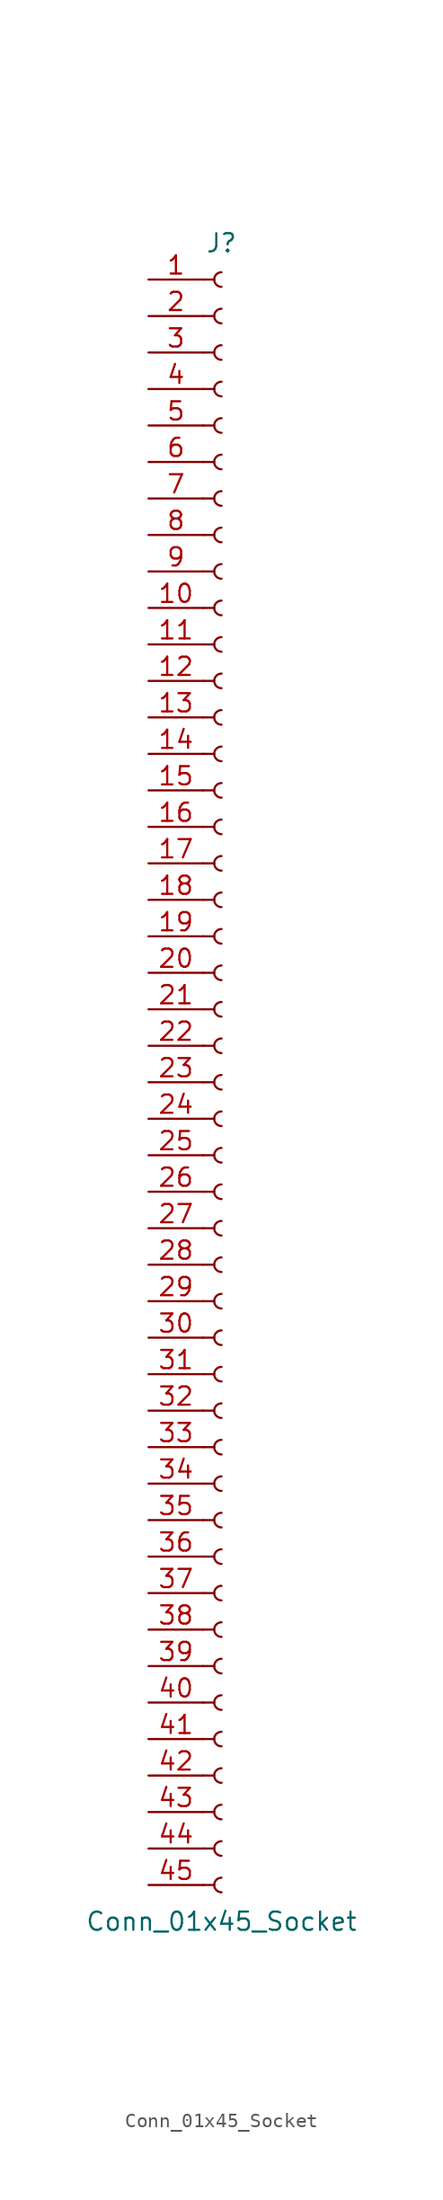
<source format=kicad_sym>
(kicad_symbol_lib
  (version 20220914)
  (generator kicad_symbol_editor)
  (symbol "Conn_01x45_Socket"
    (pin_names
      (offset 1.016) hide)
    (property "Reference" "J"
      (at 0 58.42 0)
      (effects (font (size 1.27 1.27))))
    (property "Value" "Conn_01x45_Socket"
      (at 0 -58.42 0)
      (effects (font (size 1.27 1.27))))
    (property "ki_locked" ""
      (at 0 0 0)
      (effects (font (size 1.27 1.27))))
    (symbol "Conn_01x45_Socket_1_1"
      (arc (start 0 -55.372) (mid -0.5058 -55.88) (end 0 -56.388) (stroke (width 0.1524) (type default)) (fill (type none)))
      (arc (start 0 -52.832) (mid -0.5058 -53.34) (end 0 -53.848) (stroke (width 0.1524) (type default)) (fill (type none)))
      (arc (start 0 -50.292) (mid -0.5058 -50.8) (end 0 -51.308) (stroke (width 0.1524) (type default)) (fill (type none)))
      (arc (start 0 -47.752) (mid -0.5058 -48.26) (end 0 -48.768) (stroke (width 0.1524) (type default)) (fill (type none)))
      (arc (start 0 -45.212) (mid -0.5058 -45.72) (end 0 -46.228) (stroke (width 0.1524) (type default)) (fill (type none)))
      (arc (start 0 -42.672) (mid -0.5058 -43.18) (end 0 -43.688) (stroke (width 0.1524) (type default)) (fill (type none)))
      (arc (start 0 -40.132) (mid -0.5058 -40.64) (end 0 -41.148) (stroke (width 0.1524) (type default)) (fill (type none)))
      (arc (start 0 -37.592) (mid -0.5058 -38.1) (end 0 -38.608) (stroke (width 0.1524) (type default)) (fill (type none)))
      (arc (start 0 -35.052) (mid -0.5058 -35.56) (end 0 -36.068) (stroke (width 0.1524) (type default)) (fill (type none)))
      (arc (start 0 -32.512) (mid -0.5058 -33.02) (end 0 -33.528) (stroke (width 0.1524) (type default)) (fill (type none)))
      (arc (start 0 -29.972) (mid -0.5058 -30.48) (end 0 -30.988) (stroke (width 0.1524) (type default)) (fill (type none)))
      (arc (start 0 -27.432) (mid -0.5058 -27.94) (end 0 -28.448) (stroke (width 0.1524) (type default)) (fill (type none)))
      (arc (start 0 -24.892) (mid -0.5058 -25.4) (end 0 -25.908) (stroke (width 0.1524) (type default)) (fill (type none)))
      (arc (start 0 -22.352) (mid -0.5058 -22.86) (end 0 -23.368) (stroke (width 0.1524) (type default)) (fill (type none)))
      (arc (start 0 -19.812) (mid -0.5058 -20.32) (end 0 -20.828) (stroke (width 0.1524) (type default)) (fill (type none)))
      (arc (start 0 -17.272) (mid -0.5058 -17.78) (end 0 -18.288) (stroke (width 0.1524) (type default)) (fill (type none)))
      (arc (start 0 -14.732) (mid -0.5058 -15.24) (end 0 -15.748) (stroke (width 0.1524) (type default)) (fill (type none)))
      (arc (start 0 -12.192) (mid -0.5058 -12.7) (end 0 -13.208) (stroke (width 0.1524) (type default)) (fill (type none)))
      (arc (start 0 -9.652) (mid -0.5058 -10.16) (end 0 -10.668) (stroke (width 0.1524) (type default)) (fill (type none)))
      (arc (start 0 -7.112) (mid -0.5058 -7.62) (end 0 -8.128) (stroke (width 0.1524) (type default)) (fill (type none)))
      (arc (start 0 -4.572) (mid -0.5058 -5.08) (end 0 -5.588) (stroke (width 0.1524) (type default)) (fill (type none)))
      (arc (start 0 -2.032) (mid -0.5058 -2.54) (end 0 -3.048) (stroke (width 0.1524) (type default)) (fill (type none)))
      (polyline (pts (xy -1.27 -55.88) (xy -0.508 -55.88)) (stroke (width 0.152) (type default)) (fill (type none)))
      (polyline (pts (xy -1.27 -53.34) (xy -0.508 -53.34)) (stroke (width 0.152) (type default)) (fill (type none)))
      (polyline (pts (xy -1.27 -50.8) (xy -0.508 -50.8)) (stroke (width 0.152) (type default)) (fill (type none)))
      (polyline (pts (xy -1.27 -48.26) (xy -0.508 -48.26)) (stroke (width 0.152) (type default)) (fill (type none)))
      (polyline (pts (xy -1.27 -45.72) (xy -0.508 -45.72)) (stroke (width 0.152) (type default)) (fill (type none)))
      (polyline (pts (xy -1.27 -43.18) (xy -0.508 -43.18)) (stroke (width 0.152) (type default)) (fill (type none)))
      (polyline (pts (xy -1.27 -40.64) (xy -0.508 -40.64)) (stroke (width 0.152) (type default)) (fill (type none)))
      (polyline (pts (xy -1.27 -38.1) (xy -0.508 -38.1)) (stroke (width 0.152) (type default)) (fill (type none)))
      (polyline (pts (xy -1.27 -35.56) (xy -0.508 -35.56)) (stroke (width 0.152) (type default)) (fill (type none)))
      (polyline (pts (xy -1.27 -33.02) (xy -0.508 -33.02)) (stroke (width 0.152) (type default)) (fill (type none)))
      (polyline (pts (xy -1.27 -30.48) (xy -0.508 -30.48)) (stroke (width 0.152) (type default)) (fill (type none)))
      (polyline (pts (xy -1.27 -27.94) (xy -0.508 -27.94)) (stroke (width 0.152) (type default)) (fill (type none)))
      (polyline (pts (xy -1.27 -25.4) (xy -0.508 -25.4)) (stroke (width 0.152) (type default)) (fill (type none)))
      (polyline (pts (xy -1.27 -22.86) (xy -0.508 -22.86)) (stroke (width 0.152) (type default)) (fill (type none)))
      (polyline (pts (xy -1.27 -20.32) (xy -0.508 -20.32)) (stroke (width 0.152) (type default)) (fill (type none)))
      (polyline (pts (xy -1.27 -17.78) (xy -0.508 -17.78)) (stroke (width 0.152) (type default)) (fill (type none)))
      (polyline (pts (xy -1.27 -15.24) (xy -0.508 -15.24)) (stroke (width 0.152) (type default)) (fill (type none)))
      (polyline (pts (xy -1.27 -12.7) (xy -0.508 -12.7)) (stroke (width 0.152) (type default)) (fill (type none)))
      (polyline (pts (xy -1.27 -10.16) (xy -0.508 -10.16)) (stroke (width 0.152) (type default)) (fill (type none)))
      (polyline (pts (xy -1.27 -7.62) (xy -0.508 -7.62)) (stroke (width 0.152) (type default)) (fill (type none)))
      (polyline (pts (xy -1.27 -5.08) (xy -0.508 -5.08)) (stroke (width 0.152) (type default)) (fill (type none)))
      (polyline (pts (xy -1.27 -2.54) (xy -0.508 -2.54)) (stroke (width 0.152) (type default)) (fill (type none)))
      (polyline (pts (xy -1.27 0) (xy -0.508 0)) (stroke (width 0.152) (type default)) (fill (type none)))
      (polyline (pts (xy -1.27 2.54) (xy -0.508 2.54)) (stroke (width 0.152) (type default)) (fill (type none)))
      (polyline (pts (xy -1.27 5.08) (xy -0.508 5.08)) (stroke (width 0.152) (type default)) (fill (type none)))
      (polyline (pts (xy -1.27 7.62) (xy -0.508 7.62)) (stroke (width 0.152) (type default)) (fill (type none)))
      (polyline (pts (xy -1.27 10.16) (xy -0.508 10.16)) (stroke (width 0.152) (type default)) (fill (type none)))
      (polyline (pts (xy -1.27 12.7) (xy -0.508 12.7)) (stroke (width 0.152) (type default)) (fill (type none)))
      (polyline (pts (xy -1.27 15.24) (xy -0.508 15.24)) (stroke (width 0.152) (type default)) (fill (type none)))
      (polyline (pts (xy -1.27 17.78) (xy -0.508 17.78)) (stroke (width 0.152) (type default)) (fill (type none)))
      (polyline (pts (xy -1.27 20.32) (xy -0.508 20.32)) (stroke (width 0.152) (type default)) (fill (type none)))
      (polyline (pts (xy -1.27 22.86) (xy -0.508 22.86)) (stroke (width 0.152) (type default)) (fill (type none)))
      (polyline (pts (xy -1.27 25.4) (xy -0.508 25.4)) (stroke (width 0.152) (type default)) (fill (type none)))
      (polyline (pts (xy -1.27 27.94) (xy -0.508 27.94)) (stroke (width 0.152) (type default)) (fill (type none)))
      (polyline (pts (xy -1.27 30.48) (xy -0.508 30.48)) (stroke (width 0.152) (type default)) (fill (type none)))
      (polyline (pts (xy -1.27 33.02) (xy -0.508 33.02)) (stroke (width 0.152) (type default)) (fill (type none)))
      (polyline (pts (xy -1.27 35.56) (xy -0.508 35.56)) (stroke (width 0.152) (type default)) (fill (type none)))
      (polyline (pts (xy -1.27 38.1) (xy -0.508 38.1)) (stroke (width 0.152) (type default)) (fill (type none)))
      (polyline (pts (xy -1.27 40.64) (xy -0.508 40.64)) (stroke (width 0.152) (type default)) (fill (type none)))
      (polyline (pts (xy -1.27 43.18) (xy -0.508 43.18)) (stroke (width 0.152) (type default)) (fill (type none)))
      (polyline (pts (xy -1.27 45.72) (xy -0.508 45.72)) (stroke (width 0.152) (type default)) (fill (type none)))
      (polyline (pts (xy -1.27 48.26) (xy -0.508 48.26)) (stroke (width 0.152) (type default)) (fill (type none)))
      (polyline (pts (xy -1.27 50.8) (xy -0.508 50.8)) (stroke (width 0.152) (type default)) (fill (type none)))
      (polyline (pts (xy -1.27 53.34) (xy -0.508 53.34)) (stroke (width 0.152) (type default)) (fill (type none)))
      (polyline (pts (xy -1.27 55.88) (xy -0.508 55.88)) (stroke (width 0.152) (type default)) (fill (type none)))
      (arc (start 0 0.508) (mid -0.5058 0) (end 0 -0.508) (stroke (width 0.1524) (type default)) (fill (type none)))
      (arc (start 0 3.048) (mid -0.5058 2.54) (end 0 2.032) (stroke (width 0.1524) (type default)) (fill (type none)))
      (arc (start 0 5.588) (mid -0.5058 5.08) (end 0 4.572) (stroke (width 0.1524) (type default)) (fill (type none)))
      (arc (start 0 8.128) (mid -0.5058 7.62) (end 0 7.112) (stroke (width 0.1524) (type default)) (fill (type none)))
      (arc (start 0 10.668) (mid -0.5058 10.16) (end 0 9.652) (stroke (width 0.1524) (type default)) (fill (type none)))
      (arc (start 0 13.208) (mid -0.5058 12.7) (end 0 12.192) (stroke (width 0.1524) (type default)) (fill (type none)))
      (arc (start 0 15.748) (mid -0.5058 15.24) (end 0 14.732) (stroke (width 0.1524) (type default)) (fill (type none)))
      (arc (start 0 18.288) (mid -0.5058 17.78) (end 0 17.272) (stroke (width 0.1524) (type default)) (fill (type none)))
      (arc (start 0 20.828) (mid -0.5058 20.32) (end 0 19.812) (stroke (width 0.1524) (type default)) (fill (type none)))
      (arc (start 0 23.368) (mid -0.5058 22.86) (end 0 22.352) (stroke (width 0.1524) (type default)) (fill (type none)))
      (arc (start 0 25.908) (mid -0.5058 25.4) (end 0 24.892) (stroke (width 0.1524) (type default)) (fill (type none)))
      (arc (start 0 28.448) (mid -0.5058 27.94) (end 0 27.432) (stroke (width 0.1524) (type default)) (fill (type none)))
      (arc (start 0 30.988) (mid -0.5058 30.48) (end 0 29.972) (stroke (width 0.1524) (type default)) (fill (type none)))
      (arc (start 0 33.528) (mid -0.5058 33.02) (end 0 32.512) (stroke (width 0.1524) (type default)) (fill (type none)))
      (arc (start 0 36.068) (mid -0.5058 35.56) (end 0 35.052) (stroke (width 0.1524) (type default)) (fill (type none)))
      (arc (start 0 38.608) (mid -0.5058 38.1) (end 0 37.592) (stroke (width 0.1524) (type default)) (fill (type none)))
      (arc (start 0 41.148) (mid -0.5058 40.64) (end 0 40.132) (stroke (width 0.1524) (type default)) (fill (type none)))
      (arc (start 0 43.688) (mid -0.5058 43.18) (end 0 42.672) (stroke (width 0.1524) (type default)) (fill (type none)))
      (arc (start 0 46.228) (mid -0.5058 45.72) (end 0 45.212) (stroke (width 0.1524) (type default)) (fill (type none)))
      (arc (start 0 48.768) (mid -0.5058 48.26) (end 0 47.752) (stroke (width 0.1524) (type default)) (fill (type none)))
      (arc (start 0 51.308) (mid -0.5058 50.8) (end 0 50.292) (stroke (width 0.1524) (type default)) (fill (type none)))
      (arc (start 0 53.848) (mid -0.5058 53.34) (end 0 52.832) (stroke (width 0.1524) (type default)) (fill (type none)))
      (arc (start 0 56.388) (mid -0.5058 55.88) (end 0 55.372) (stroke (width 0.1524) (type default)) (fill (type none)))
      (pin passive line (at -5.08 55.88 0) (length 3.81) (name "Pin_1" (effects (font (size 1.27 1.27)))) (number "1" (effects (font (size 1.27 1.27)))))
      (pin passive line (at -5.08 33.02 0) (length 3.81) (name "Pin_10" (effects (font (size 1.27 1.27)))) (number "10" (effects (font (size 1.27 1.27)))))
      (pin passive line (at -5.08 30.48 0) (length 3.81) (name "Pin_11" (effects (font (size 1.27 1.27)))) (number "11" (effects (font (size 1.27 1.27)))))
      (pin passive line (at -5.08 27.94 0) (length 3.81) (name "Pin_12" (effects (font (size 1.27 1.27)))) (number "12" (effects (font (size 1.27 1.27)))))
      (pin passive line (at -5.08 25.4 0) (length 3.81) (name "Pin_13" (effects (font (size 1.27 1.27)))) (number "13" (effects (font (size 1.27 1.27)))))
      (pin passive line (at -5.08 22.86 0) (length 3.81) (name "Pin_14" (effects (font (size 1.27 1.27)))) (number "14" (effects (font (size 1.27 1.27)))))
      (pin passive line (at -5.08 20.32 0) (length 3.81) (name "Pin_15" (effects (font (size 1.27 1.27)))) (number "15" (effects (font (size 1.27 1.27)))))
      (pin passive line (at -5.08 17.78 0) (length 3.81) (name "Pin_16" (effects (font (size 1.27 1.27)))) (number "16" (effects (font (size 1.27 1.27)))))
      (pin passive line (at -5.08 15.24 0) (length 3.81) (name "Pin_17" (effects (font (size 1.27 1.27)))) (number "17" (effects (font (size 1.27 1.27)))))
      (pin passive line (at -5.08 12.7 0) (length 3.81) (name "Pin_18" (effects (font (size 1.27 1.27)))) (number "18" (effects (font (size 1.27 1.27)))))
      (pin passive line (at -5.08 10.16 0) (length 3.81) (name "Pin_19" (effects (font (size 1.27 1.27)))) (number "19" (effects (font (size 1.27 1.27)))))
      (pin passive line (at -5.08 53.34 0) (length 3.81) (name "Pin_2" (effects (font (size 1.27 1.27)))) (number "2" (effects (font (size 1.27 1.27)))))
      (pin passive line (at -5.08 7.62 0) (length 3.81) (name "Pin_20" (effects (font (size 1.27 1.27)))) (number "20" (effects (font (size 1.27 1.27)))))
      (pin passive line (at -5.08 5.08 0) (length 3.81) (name "Pin_21" (effects (font (size 1.27 1.27)))) (number "21" (effects (font (size 1.27 1.27)))))
      (pin passive line (at -5.08 2.54 0) (length 3.81) (name "Pin_22" (effects (font (size 1.27 1.27)))) (number "22" (effects (font (size 1.27 1.27)))))
      (pin passive line (at -5.08 0 0) (length 3.81) (name "Pin_23" (effects (font (size 1.27 1.27)))) (number "23" (effects (font (size 1.27 1.27)))))
      (pin passive line (at -5.08 -2.54 0) (length 3.81) (name "Pin_24" (effects (font (size 1.27 1.27)))) (number "24" (effects (font (size 1.27 1.27)))))
      (pin passive line (at -5.08 -5.08 0) (length 3.81) (name "Pin_25" (effects (font (size 1.27 1.27)))) (number "25" (effects (font (size 1.27 1.27)))))
      (pin passive line (at -5.08 -7.62 0) (length 3.81) (name "Pin_26" (effects (font (size 1.27 1.27)))) (number "26" (effects (font (size 1.27 1.27)))))
      (pin passive line (at -5.08 -10.16 0) (length 3.81) (name "Pin_27" (effects (font (size 1.27 1.27)))) (number "27" (effects (font (size 1.27 1.27)))))
      (pin passive line (at -5.08 -12.7 0) (length 3.81) (name "Pin_28" (effects (font (size 1.27 1.27)))) (number "28" (effects (font (size 1.27 1.27)))))
      (pin passive line (at -5.08 -15.24 0) (length 3.81) (name "Pin_29" (effects (font (size 1.27 1.27)))) (number "29" (effects (font (size 1.27 1.27)))))
      (pin passive line (at -5.08 50.8 0) (length 3.81) (name "Pin_3" (effects (font (size 1.27 1.27)))) (number "3" (effects (font (size 1.27 1.27)))))
      (pin passive line (at -5.08 -17.78 0) (length 3.81) (name "Pin_30" (effects (font (size 1.27 1.27)))) (number "30" (effects (font (size 1.27 1.27)))))
      (pin passive line (at -5.08 -20.32 0) (length 3.81) (name "Pin_31" (effects (font (size 1.27 1.27)))) (number "31" (effects (font (size 1.27 1.27)))))
      (pin passive line (at -5.08 -22.86 0) (length 3.81) (name "Pin_32" (effects (font (size 1.27 1.27)))) (number "32" (effects (font (size 1.27 1.27)))))
      (pin passive line (at -5.08 -25.4 0) (length 3.81) (name "Pin_33" (effects (font (size 1.27 1.27)))) (number "33" (effects (font (size 1.27 1.27)))))
      (pin passive line (at -5.08 -27.94 0) (length 3.81) (name "Pin_34" (effects (font (size 1.27 1.27)))) (number "34" (effects (font (size 1.27 1.27)))))
      (pin passive line (at -5.08 -30.48 0) (length 3.81) (name "Pin_35" (effects (font (size 1.27 1.27)))) (number "35" (effects (font (size 1.27 1.27)))))
      (pin passive line (at -5.08 -33.02 0) (length 3.81) (name "Pin_36" (effects (font (size 1.27 1.27)))) (number "36" (effects (font (size 1.27 1.27)))))
      (pin passive line (at -5.08 -35.56 0) (length 3.81) (name "Pin_37" (effects (font (size 1.27 1.27)))) (number "37" (effects (font (size 1.27 1.27)))))
      (pin passive line (at -5.08 -38.1 0) (length 3.81) (name "Pin_38" (effects (font (size 1.27 1.27)))) (number "38" (effects (font (size 1.27 1.27)))))
      (pin passive line (at -5.08 -40.64 0) (length 3.81) (name "Pin_39" (effects (font (size 1.27 1.27)))) (number "39" (effects (font (size 1.27 1.27)))))
      (pin passive line (at -5.08 48.26 0) (length 3.81) (name "Pin_4" (effects (font (size 1.27 1.27)))) (number "4" (effects (font (size 1.27 1.27)))))
      (pin passive line (at -5.08 -43.18 0) (length 3.81) (name "Pin_40" (effects (font (size 1.27 1.27)))) (number "40" (effects (font (size 1.27 1.27)))))
      (pin passive line (at -5.08 -45.72 0) (length 3.81) (name "Pin_41" (effects (font (size 1.27 1.27)))) (number "41" (effects (font (size 1.27 1.27)))))
      (pin passive line (at -5.08 -48.26 0) (length 3.81) (name "Pin_42" (effects (font (size 1.27 1.27)))) (number "42" (effects (font (size 1.27 1.27)))))
      (pin passive line (at -5.08 -50.8 0) (length 3.81) (name "Pin_43" (effects (font (size 1.27 1.27)))) (number "43" (effects (font (size 1.27 1.27)))))
      (pin passive line (at -5.08 -53.34 0) (length 3.81) (name "Pin_44" (effects (font (size 1.27 1.27)))) (number "44" (effects (font (size 1.27 1.27)))))
      (pin passive line (at -5.08 -55.88 0) (length 3.81) (name "Pin_45" (effects (font (size 1.27 1.27)))) (number "45" (effects (font (size 1.27 1.27)))))
      (pin passive line (at -5.08 45.72 0) (length 3.81) (name "Pin_5" (effects (font (size 1.27 1.27)))) (number "5" (effects (font (size 1.27 1.27)))))
      (pin passive line (at -5.08 43.18 0) (length 3.81) (name "Pin_6" (effects (font (size 1.27 1.27)))) (number "6" (effects (font (size 1.27 1.27)))))
      (pin passive line (at -5.08 40.64 0) (length 3.81) (name "Pin_7" (effects (font (size 1.27 1.27)))) (number "7" (effects (font (size 1.27 1.27)))))
      (pin passive line (at -5.08 38.1 0) (length 3.81) (name "Pin_8" (effects (font (size 1.27 1.27)))) (number "8" (effects (font (size 1.27 1.27)))))
      (pin passive line (at -5.08 35.56 0) (length 3.81) (name "Pin_9" (effects (font (size 1.27 1.27)))) (number "9" (effects (font (size 1.27 1.27))))))))
</source>
